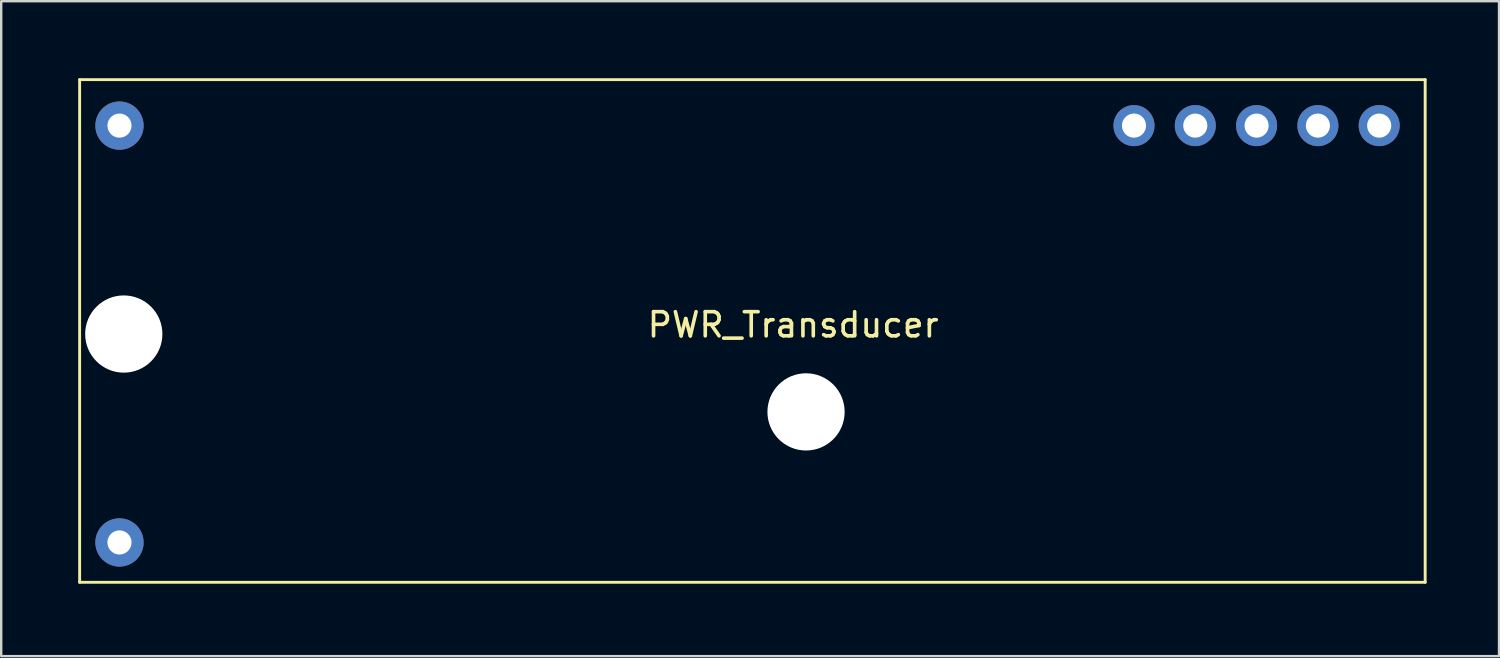
<source format=kicad_pcb>
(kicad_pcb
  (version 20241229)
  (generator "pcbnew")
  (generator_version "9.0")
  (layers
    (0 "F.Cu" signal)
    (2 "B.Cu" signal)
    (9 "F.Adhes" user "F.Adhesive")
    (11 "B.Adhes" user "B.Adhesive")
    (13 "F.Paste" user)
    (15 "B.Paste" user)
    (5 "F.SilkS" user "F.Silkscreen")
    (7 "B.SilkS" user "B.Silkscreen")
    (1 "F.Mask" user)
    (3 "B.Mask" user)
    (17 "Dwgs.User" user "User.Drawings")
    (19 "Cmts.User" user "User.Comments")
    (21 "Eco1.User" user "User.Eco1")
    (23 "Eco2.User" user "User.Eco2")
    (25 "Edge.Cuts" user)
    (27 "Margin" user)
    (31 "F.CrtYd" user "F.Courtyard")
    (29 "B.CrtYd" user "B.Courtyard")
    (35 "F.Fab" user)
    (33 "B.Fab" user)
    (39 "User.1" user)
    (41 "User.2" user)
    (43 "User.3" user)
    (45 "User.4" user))
  (footprint "PWR_Transducer"
    (layer "F.Cu")
    (at 0.25 0.25)
    (property "Reference" "PWR_Transducer" (at 29.566 10.16 0) (layer "F.SilkS") (effects (font (size 1 1) (thickness 0.15))))
    (attr through_hole)
    (fp_line (start 0 0) (end 0 20.828) (stroke (width 0.12) (type solid)) (layer "F.SilkS"))
    (fp_line (start 0 0) (end 55.753 0) (stroke (width 0.12) (type solid)) (layer "F.SilkS"))
    (fp_line (start 0 20.828) (end 55.753 20.828) (stroke (width 0.12) (type solid)) (layer "F.SilkS"))
    (fp_line (start 55.753 0) (end 55.753 20.828) (stroke (width 0.12) (type solid)) (layer "F.SilkS"))
    (pad "" np_thru_hole circle (at 1.829 10.541) (size 3.2 3.2) (drill 3.2) (layers "*.Cu" "*.Mask"))
    (pad "" np_thru_hole circle (at 30.099 13.767) (size 3.2 3.2) (drill 3.2) (layers "*.Cu" "*.Mask"))
    (pad "1" thru_hole circle (at 1.651 1.905) (size 2 2) (drill 1) (layers "*.Cu" "*.Mask"))
    (pad "2" thru_hole circle (at 1.651 19.177) (size 2 2) (drill 1) (layers "*.Cu" "*.Mask"))
    (pad "3" thru_hole circle (at 43.688 1.905) (size 1.7 1.7) (drill 1) (layers "*.Cu" "*.Mask"))
    (pad "4" thru_hole circle (at 53.848 1.905) (size 1.7 1.7) (drill 1) (layers "*.Cu" "*.Mask"))
    (pad "5" thru_hole circle (at 46.228 1.905) (size 1.7 1.7) (drill 1) (layers "*.Cu" "*.Mask"))
    (pad "6" thru_hole circle (at 51.308 1.905) (size 1.7 1.7) (drill 1) (layers "*.Cu" "*.Mask"))
    (pad "7" thru_hole circle (at 48.768 1.905) (size 1.7 1.7) (drill 1) (layers "*.Cu" "*.Mask")))
  (gr_rect
    (start -3 -3)
    (end 59.063 24.138)
    (stroke (width 0.1) (type default))
    (fill no)
    (layer "Edge.Cuts")))
</source>
